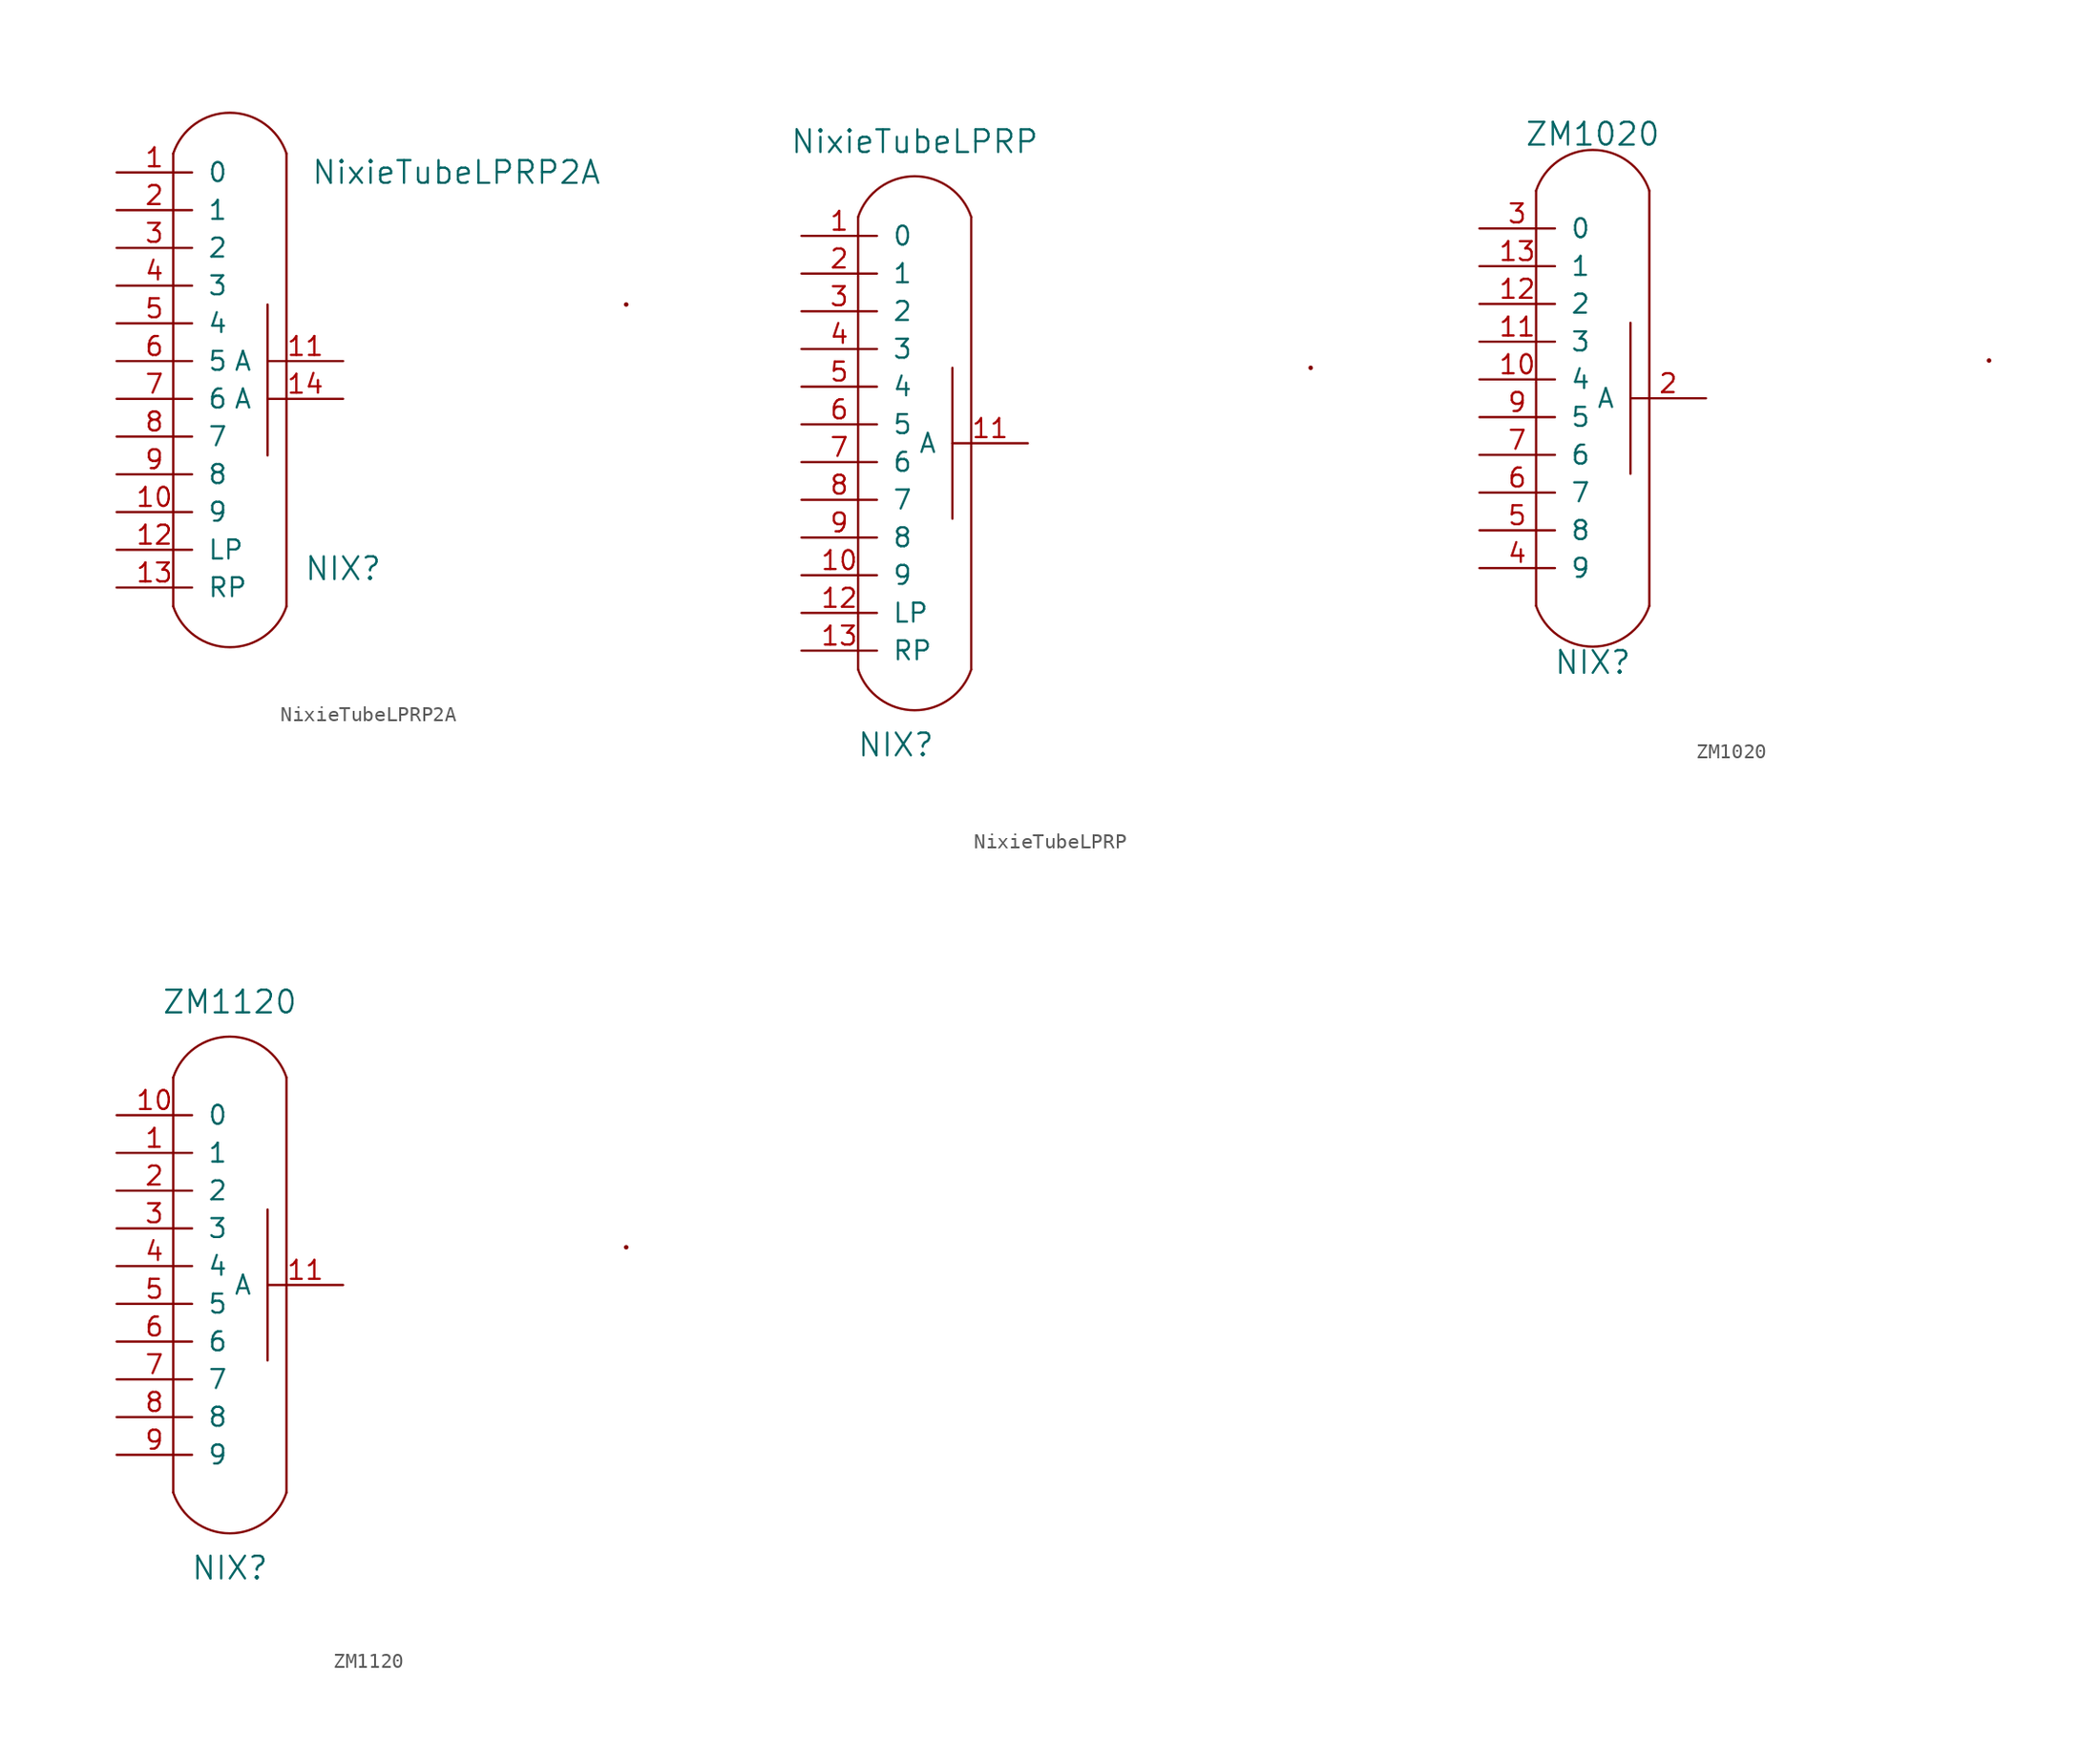
<source format=kicad_sym>
(kicad_symbol_lib
  (version 20211014)
  (generator kicad_symbol_editor)
  (symbol "NixieTubeLPRP2A"
    (pin_names
      (offset 1.016))
    (property "Reference" "NIX"
      (at 17.78 -22.86 0)
      (effects (font (size 1.524 1.524))))
    (property "Value" "NixieTubeLPRP2A"
      (at 25.4 3.81 0)
      (effects (font (size 1.524 1.524))))
    (symbol "NixieTubeLPRP2A_0_1"
      (polyline (pts (xy 6.35 5.08) (xy 6.35 -25.4)) (stroke (width 0) (type default) (color 0 0 0 0)) (fill (type none)))
      (polyline (pts (xy 12.7 -5.08) (xy 12.7 -15.24)) (stroke (width 0) (type default) (color 0 0 0 0)) (fill (type none)))
      (polyline (pts (xy 13.97 -25.4) (xy 13.97 5.08)) (stroke (width 0) (type default) (color 0 0 0 0)) (fill (type none)))
      (arc (start 6.35 -25.4) (mid 10.16 -28.1461) (end 13.97 -25.4) (stroke (width 0) (type default) (color 0 0 0 0)) (fill (type none)))
      (arc (start 13.97 5.08) (mid 10.16 7.8261) (end 6.35 5.08) (stroke (width 0) (type default) (color 0 0 0 0)) (fill (type none)))
      (circle (center 36.83 -5.08) (radius 0.0001) (stroke (width 0) (type default) (color 0 0 0 0)) (fill (type none))))
    (symbol "NixieTubeLPRP2A_1_1"
      (pin output line (at 2.54 3.81 0) (length 5.08) (name "0" (effects (font (size 1.27 1.27)))) (number "1" (effects (font (size 1.27 1.27)))))
      (pin output line (at 2.54 -19.05 0) (length 5.08) (name "9" (effects (font (size 1.27 1.27)))) (number "10" (effects (font (size 1.27 1.27)))))
      (pin input line (at 17.78 -8.89 180) (length 5.08) (name "A" (effects (font (size 1.27 1.27)))) (number "11" (effects (font (size 1.27 1.27)))))
      (pin output line (at 2.54 -21.59 0) (length 5.08) (name "LP" (effects (font (size 1.27 1.27)))) (number "12" (effects (font (size 1.27 1.27)))))
      (pin output line (at 2.54 -24.13 0) (length 5.08) (name "RP" (effects (font (size 1.27 1.27)))) (number "13" (effects (font (size 1.27 1.27)))))
      (pin input line (at 17.78 -11.43 180) (length 5.08) (name "A" (effects (font (size 1.27 1.27)))) (number "14" (effects (font (size 1.27 1.27)))))
      (pin output line (at 2.54 1.27 0) (length 5.08) (name "1" (effects (font (size 1.27 1.27)))) (number "2" (effects (font (size 1.27 1.27)))))
      (pin output line (at 2.54 -1.27 0) (length 5.08) (name "2" (effects (font (size 1.27 1.27)))) (number "3" (effects (font (size 1.27 1.27)))))
      (pin output line (at 2.54 -3.81 0) (length 5.08) (name "3" (effects (font (size 1.27 1.27)))) (number "4" (effects (font (size 1.27 1.27)))))
      (pin output line (at 2.54 -6.35 0) (length 5.08) (name "4" (effects (font (size 1.27 1.27)))) (number "5" (effects (font (size 1.27 1.27)))))
      (pin output line (at 2.54 -8.89 0) (length 5.08) (name "5" (effects (font (size 1.27 1.27)))) (number "6" (effects (font (size 1.27 1.27)))))
      (pin output line (at 2.54 -11.43 0) (length 5.08) (name "6" (effects (font (size 1.27 1.27)))) (number "7" (effects (font (size 1.27 1.27)))))
      (pin output line (at 2.54 -13.97 0) (length 5.08) (name "7" (effects (font (size 1.27 1.27)))) (number "8" (effects (font (size 1.27 1.27)))))
      (pin output line (at 2.54 -16.51 0) (length 5.08) (name "8" (effects (font (size 1.27 1.27)))) (number "9" (effects (font (size 1.27 1.27)))))))
  (symbol "NixieTubeLPRP"
    (pin_names
      (offset 1.016))
    (property "Reference" "NIX"
      (at 8.89 -30.48 0)
      (effects (font (size 1.524 1.524))))
    (property "Value" "NixieTubeLPRP"
      (at 10.16 10.16 0)
      (effects (font (size 1.524 1.524))))
    (symbol "NixieTubeLPRP_0_1"
      (polyline (pts (xy 6.35 5.08) (xy 6.35 -25.4)) (stroke (width 0) (type default) (color 0 0 0 0)) (fill (type none)))
      (polyline (pts (xy 12.7 -5.08) (xy 12.7 -15.24)) (stroke (width 0) (type default) (color 0 0 0 0)) (fill (type none)))
      (polyline (pts (xy 13.97 -25.4) (xy 13.97 5.08)) (stroke (width 0) (type default) (color 0 0 0 0)) (fill (type none)))
      (arc (start 6.35 -25.4) (mid 10.16 -28.1461) (end 13.97 -25.4) (stroke (width 0) (type default) (color 0 0 0 0)) (fill (type none)))
      (arc (start 13.97 5.08) (mid 10.16 7.8261) (end 6.35 5.08) (stroke (width 0) (type default) (color 0 0 0 0)) (fill (type none)))
      (circle (center 36.83 -5.08) (radius 0.0001) (stroke (width 0) (type default) (color 0 0 0 0)) (fill (type none))))
    (symbol "NixieTubeLPRP_1_1"
      (pin output line (at 2.54 3.81 0) (length 5.08) (name "0" (effects (font (size 1.27 1.27)))) (number "1" (effects (font (size 1.27 1.27)))))
      (pin output line (at 2.54 -19.05 0) (length 5.08) (name "9" (effects (font (size 1.27 1.27)))) (number "10" (effects (font (size 1.27 1.27)))))
      (pin input line (at 17.78 -10.16 180) (length 5.08) (name "A" (effects (font (size 1.27 1.27)))) (number "11" (effects (font (size 1.27 1.27)))))
      (pin output line (at 2.54 -21.59 0) (length 5.08) (name "LP" (effects (font (size 1.27 1.27)))) (number "12" (effects (font (size 1.27 1.27)))))
      (pin output line (at 2.54 -24.13 0) (length 5.08) (name "RP" (effects (font (size 1.27 1.27)))) (number "13" (effects (font (size 1.27 1.27)))))
      (pin output line (at 2.54 1.27 0) (length 5.08) (name "1" (effects (font (size 1.27 1.27)))) (number "2" (effects (font (size 1.27 1.27)))))
      (pin output line (at 2.54 -1.27 0) (length 5.08) (name "2" (effects (font (size 1.27 1.27)))) (number "3" (effects (font (size 1.27 1.27)))))
      (pin output line (at 2.54 -3.81 0) (length 5.08) (name "3" (effects (font (size 1.27 1.27)))) (number "4" (effects (font (size 1.27 1.27)))))
      (pin output line (at 2.54 -6.35 0) (length 5.08) (name "4" (effects (font (size 1.27 1.27)))) (number "5" (effects (font (size 1.27 1.27)))))
      (pin output line (at 2.54 -8.89 0) (length 5.08) (name "5" (effects (font (size 1.27 1.27)))) (number "6" (effects (font (size 1.27 1.27)))))
      (pin output line (at 2.54 -11.43 0) (length 5.08) (name "6" (effects (font (size 1.27 1.27)))) (number "7" (effects (font (size 1.27 1.27)))))
      (pin output line (at 2.54 -13.97 0) (length 5.08) (name "7" (effects (font (size 1.27 1.27)))) (number "8" (effects (font (size 1.27 1.27)))))
      (pin output line (at 2.54 -16.51 0) (length 5.08) (name "8" (effects (font (size 1.27 1.27)))) (number "9" (effects (font (size 1.27 1.27)))))))
  (symbol "ZM1020"
    (pin_names
      (offset 1.016))
    (property "Reference" "NIX"
      (at 10.16 -25.4 0)
      (effects (font (size 1.524 1.524))))
    (property "Value" "ZM1020"
      (at 10.16 10.16 0)
      (effects (font (size 1.524 1.524))))
    (symbol "ZM1020_0_1"
      (polyline (pts (xy 6.35 6.35) (xy 6.35 -21.59)) (stroke (width 0) (type default) (color 0 0 0 0)) (fill (type none)))
      (polyline (pts (xy 12.7 -2.54) (xy 12.7 -12.7)) (stroke (width 0) (type default) (color 0 0 0 0)) (fill (type none)))
      (polyline (pts (xy 13.97 -21.59) (xy 13.97 6.35)) (stroke (width 0) (type default) (color 0 0 0 0)) (fill (type none)))
      (arc (start 6.35 -21.59) (mid 10.16 -24.3361) (end 13.97 -21.59) (stroke (width 0) (type default) (color 0 0 0 0)) (fill (type none)))
      (arc (start 13.97 6.35) (mid 10.16 9.0961) (end 6.35 6.35) (stroke (width 0) (type default) (color 0 0 0 0)) (fill (type none)))
      (circle (center 36.83 -5.08) (radius 0.0001) (stroke (width 0) (type default) (color 0 0 0 0)) (fill (type none))))
    (symbol "ZM1020_1_1"
      (pin input line (at 2.54 -6.35 0) (length 5.08) (name "4" (effects (font (size 1.27 1.27)))) (number "10" (effects (font (size 1.27 1.27)))))
      (pin input line (at 2.54 -3.81 0) (length 5.08) (name "3" (effects (font (size 1.27 1.27)))) (number "11" (effects (font (size 1.27 1.27)))))
      (pin input line (at 2.54 -1.27 0) (length 5.08) (name "2" (effects (font (size 1.27 1.27)))) (number "12" (effects (font (size 1.27 1.27)))))
      (pin input line (at 2.54 1.27 0) (length 5.08) (name "1" (effects (font (size 1.27 1.27)))) (number "13" (effects (font (size 1.27 1.27)))))
      (pin input line (at 17.78 -7.62 180) (length 5.08) (name "A" (effects (font (size 1.27 1.27)))) (number "2" (effects (font (size 1.27 1.27)))))
      (pin input line (at 2.54 3.81 0) (length 5.08) (name "0" (effects (font (size 1.27 1.27)))) (number "3" (effects (font (size 1.27 1.27)))))
      (pin input line (at 2.54 -19.05 0) (length 5.08) (name "9" (effects (font (size 1.27 1.27)))) (number "4" (effects (font (size 1.27 1.27)))))
      (pin input line (at 2.54 -16.51 0) (length 5.08) (name "8" (effects (font (size 1.27 1.27)))) (number "5" (effects (font (size 1.27 1.27)))))
      (pin input line (at 2.54 -13.97 0) (length 5.08) (name "7" (effects (font (size 1.27 1.27)))) (number "6" (effects (font (size 1.27 1.27)))))
      (pin input line (at 2.54 -11.43 0) (length 5.08) (name "6" (effects (font (size 1.27 1.27)))) (number "7" (effects (font (size 1.27 1.27)))))
      (pin input line (at 2.54 -8.89 0) (length 5.08) (name "5" (effects (font (size 1.27 1.27)))) (number "9" (effects (font (size 1.27 1.27)))))))
  (symbol "ZM1120"
    (pin_names
      (offset 1.016))
    (property "Reference" "NIX"
      (at 10.16 -26.67 0)
      (effects (font (size 1.524 1.524))))
    (property "Value" "ZM1120"
      (at 10.16 11.43 0)
      (effects (font (size 1.524 1.524))))
    (symbol "ZM1120_0_1"
      (polyline (pts (xy 6.35 6.35) (xy 6.35 -21.59)) (stroke (width 0) (type default) (color 0 0 0 0)) (fill (type none)))
      (polyline (pts (xy 12.7 -2.54) (xy 12.7 -12.7)) (stroke (width 0) (type default) (color 0 0 0 0)) (fill (type none)))
      (polyline (pts (xy 13.97 -21.59) (xy 13.97 6.35)) (stroke (width 0) (type default) (color 0 0 0 0)) (fill (type none)))
      (arc (start 6.35 -21.59) (mid 10.16 -24.3361) (end 13.97 -21.59) (stroke (width 0) (type default) (color 0 0 0 0)) (fill (type none)))
      (arc (start 13.97 6.35) (mid 10.16 9.0961) (end 6.35 6.35) (stroke (width 0) (type default) (color 0 0 0 0)) (fill (type none)))
      (circle (center 36.83 -5.08) (radius 0.0001) (stroke (width 0) (type default) (color 0 0 0 0)) (fill (type none))))
    (symbol "ZM1120_1_1"
      (pin output line (at 2.54 1.27 0) (length 5.08) (name "1" (effects (font (size 1.27 1.27)))) (number "1" (effects (font (size 1.27 1.27)))))
      (pin output line (at 2.54 3.81 0) (length 5.08) (name "0" (effects (font (size 1.27 1.27)))) (number "10" (effects (font (size 1.27 1.27)))))
      (pin input line (at 17.78 -7.62 180) (length 5.08) (name "A" (effects (font (size 1.27 1.27)))) (number "11" (effects (font (size 1.27 1.27)))))
      (pin output line (at 2.54 -1.27 0) (length 5.08) (name "2" (effects (font (size 1.27 1.27)))) (number "2" (effects (font (size 1.27 1.27)))))
      (pin output line (at 2.54 -3.81 0) (length 5.08) (name "3" (effects (font (size 1.27 1.27)))) (number "3" (effects (font (size 1.27 1.27)))))
      (pin output line (at 2.54 -6.35 0) (length 5.08) (name "4" (effects (font (size 1.27 1.27)))) (number "4" (effects (font (size 1.27 1.27)))))
      (pin output line (at 2.54 -8.89 0) (length 5.08) (name "5" (effects (font (size 1.27 1.27)))) (number "5" (effects (font (size 1.27 1.27)))))
      (pin output line (at 2.54 -11.43 0) (length 5.08) (name "6" (effects (font (size 1.27 1.27)))) (number "6" (effects (font (size 1.27 1.27)))))
      (pin output line (at 2.54 -13.97 0) (length 5.08) (name "7" (effects (font (size 1.27 1.27)))) (number "7" (effects (font (size 1.27 1.27)))))
      (pin output line (at 2.54 -16.51 0) (length 5.08) (name "8" (effects (font (size 1.27 1.27)))) (number "8" (effects (font (size 1.27 1.27)))))
      (pin output line (at 2.54 -19.05 0) (length 5.08) (name "9" (effects (font (size 1.27 1.27)))) (number "9" (effects (font (size 1.27 1.27))))))))
</source>
